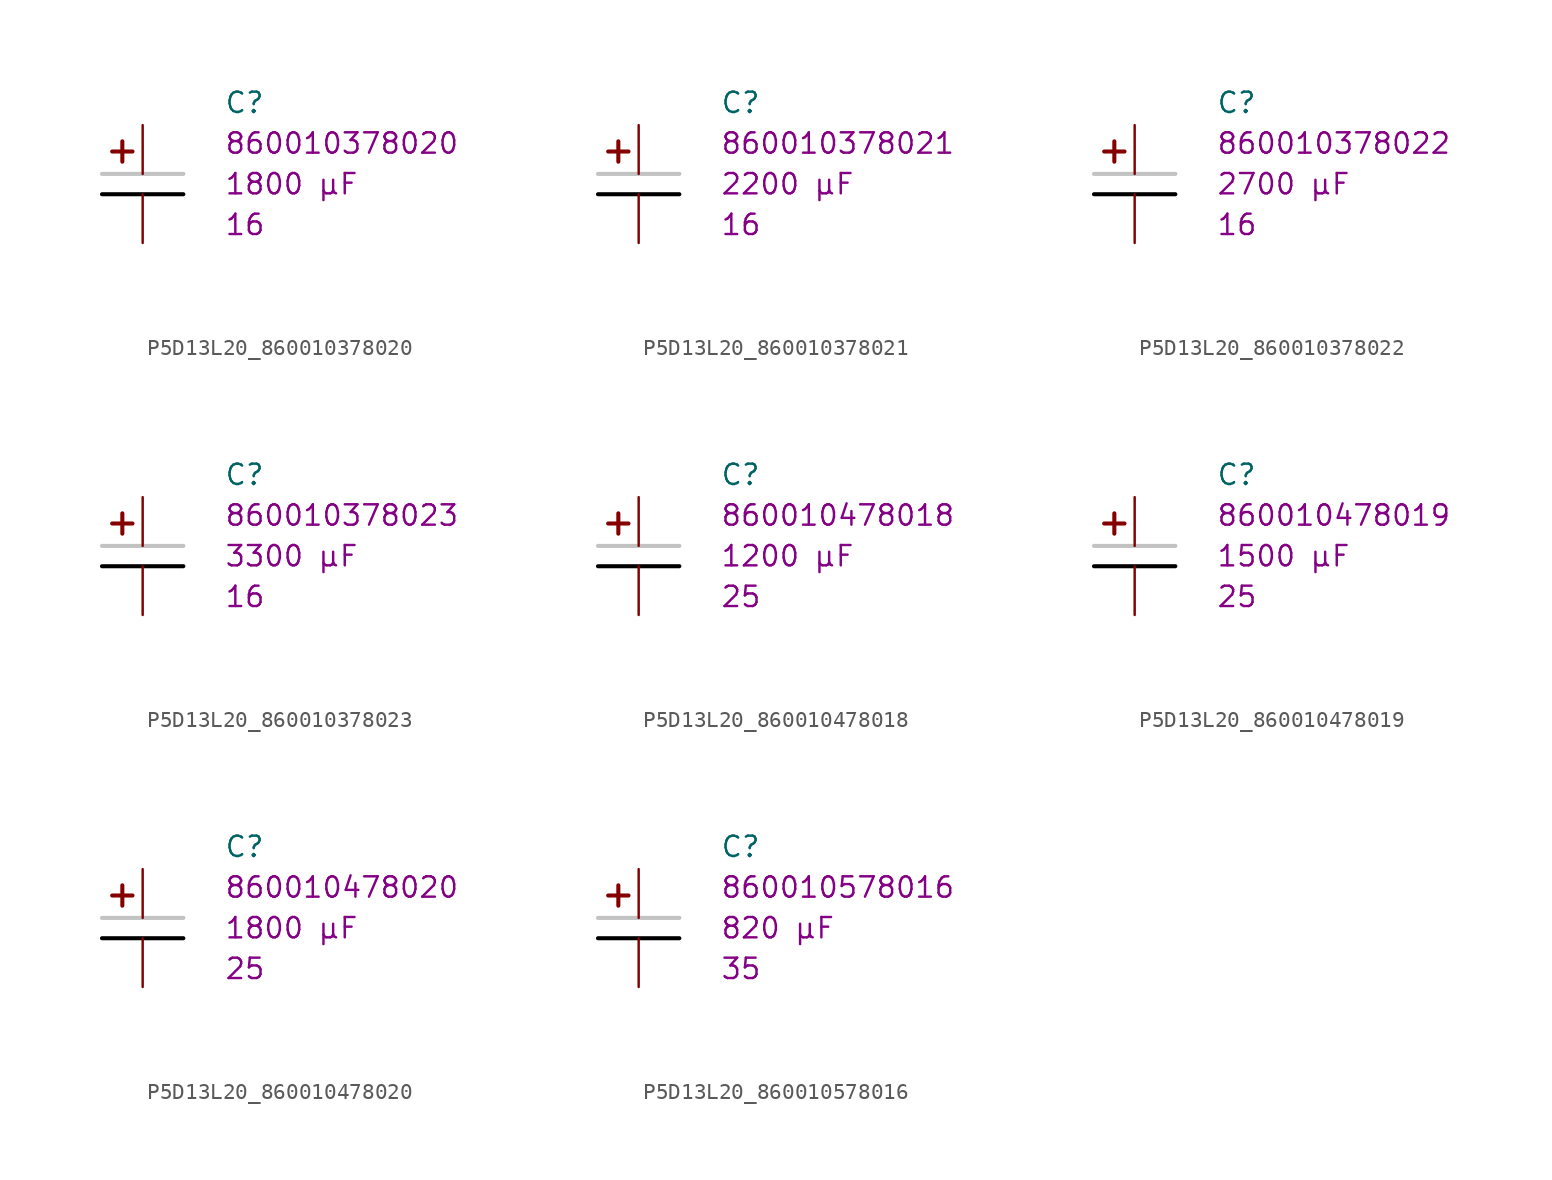
<source format=kicad_sym>
(kicad_symbol_lib
  (version 20220914)
  (generator kicad_symbol_editor)
  (symbol "P5D13L20_860010378020"
    (pin_numbers hide)
    (pin_names hide)
    (property "Reference" "C"
      (at 5.08 5.08 0)
      (effects (font (size 1.27 1.27)) (justify left)))
    (property "Part Number" "860010378020"
      (at 5.08 2.54 0)
      (effects (font (size 1.27 1.27)) (justify left)))
    (property "Capacitance" "1800 µF"
      (at 5.08 0 0)
      (effects (font (size 1.27 1.27)) (justify left)))
    (property "Voltage" "16"
      (at 5.08 -2.54 0)
      (effects (font (size 1.27 1.27)) (justify left)))
    (property "Critical Parameter" ""
      (at 0 -7.62 0)
      (effects (font (size 1.27 1.27))))
    (symbol "P5D13L20_860010378020_1_1"
      (polyline (pts (xy -1.27 2.667) (xy -1.27 1.397)) (stroke (width 0.254) (type default)) (fill (type none)))
      (polyline (pts (xy -0.635 2.032) (xy -1.905 2.032)) (stroke (width 0.254) (type default)) (fill (type none)))
      (polyline (pts (xy 2.54 -0.635) (xy -2.54 -0.635)) (stroke (width 0.254) (type default) (color 0 0 0 1)) (fill (type none)))
      (polyline (pts (xy 2.54 0.635) (xy -2.54 0.635)) (stroke (width 0.254) (type default) (color 194 194 194 1)) (fill (type none)))
      (pin passive line (at 0 3.679 270) (length 3.044) (name "1" (effects (font (size 1.27 1.27)))) (number "1" (effects (font (size 1.27 1.27)))))
      (pin passive line (at 0 -3.679 90) (length 3.044) (name "2" (effects (font (size 1.27 1.27)))) (number "2" (effects (font (size 1.27 1.27)))))))
  (symbol "P5D13L20_860010378021"
    (pin_numbers hide)
    (pin_names hide)
    (property "Reference" "C"
      (at 5.08 5.08 0)
      (effects (font (size 1.27 1.27)) (justify left)))
    (property "Part Number" "860010378021"
      (at 5.08 2.54 0)
      (effects (font (size 1.27 1.27)) (justify left)))
    (property "Capacitance" "2200 µF"
      (at 5.08 0 0)
      (effects (font (size 1.27 1.27)) (justify left)))
    (property "Voltage" "16"
      (at 5.08 -2.54 0)
      (effects (font (size 1.27 1.27)) (justify left)))
    (property "Critical Parameter" ""
      (at 0 -7.62 0)
      (effects (font (size 1.27 1.27))))
    (symbol "P5D13L20_860010378021_1_1"
      (polyline (pts (xy -1.27 2.667) (xy -1.27 1.397)) (stroke (width 0.254) (type default)) (fill (type none)))
      (polyline (pts (xy -0.635 2.032) (xy -1.905 2.032)) (stroke (width 0.254) (type default)) (fill (type none)))
      (polyline (pts (xy 2.54 -0.635) (xy -2.54 -0.635)) (stroke (width 0.254) (type default) (color 0 0 0 1)) (fill (type none)))
      (polyline (pts (xy 2.54 0.635) (xy -2.54 0.635)) (stroke (width 0.254) (type default) (color 194 194 194 1)) (fill (type none)))
      (pin passive line (at 0 3.679 270) (length 3.044) (name "1" (effects (font (size 1.27 1.27)))) (number "1" (effects (font (size 1.27 1.27)))))
      (pin passive line (at 0 -3.679 90) (length 3.044) (name "2" (effects (font (size 1.27 1.27)))) (number "2" (effects (font (size 1.27 1.27)))))))
  (symbol "P5D13L20_860010378022"
    (pin_numbers hide)
    (pin_names hide)
    (property "Reference" "C"
      (at 5.08 5.08 0)
      (effects (font (size 1.27 1.27)) (justify left)))
    (property "Part Number" "860010378022"
      (at 5.08 2.54 0)
      (effects (font (size 1.27 1.27)) (justify left)))
    (property "Capacitance" "2700 µF"
      (at 5.08 0 0)
      (effects (font (size 1.27 1.27)) (justify left)))
    (property "Voltage" "16"
      (at 5.08 -2.54 0)
      (effects (font (size 1.27 1.27)) (justify left)))
    (property "Critical Parameter" ""
      (at 0 -7.62 0)
      (effects (font (size 1.27 1.27))))
    (symbol "P5D13L20_860010378022_1_1"
      (polyline (pts (xy -1.27 2.667) (xy -1.27 1.397)) (stroke (width 0.254) (type default)) (fill (type none)))
      (polyline (pts (xy -0.635 2.032) (xy -1.905 2.032)) (stroke (width 0.254) (type default)) (fill (type none)))
      (polyline (pts (xy 2.54 -0.635) (xy -2.54 -0.635)) (stroke (width 0.254) (type default) (color 0 0 0 1)) (fill (type none)))
      (polyline (pts (xy 2.54 0.635) (xy -2.54 0.635)) (stroke (width 0.254) (type default) (color 194 194 194 1)) (fill (type none)))
      (pin passive line (at 0 3.679 270) (length 3.044) (name "1" (effects (font (size 1.27 1.27)))) (number "1" (effects (font (size 1.27 1.27)))))
      (pin passive line (at 0 -3.679 90) (length 3.044) (name "2" (effects (font (size 1.27 1.27)))) (number "2" (effects (font (size 1.27 1.27)))))))
  (symbol "P5D13L20_860010378023"
    (pin_numbers hide)
    (pin_names hide)
    (property "Reference" "C"
      (at 5.08 5.08 0)
      (effects (font (size 1.27 1.27)) (justify left)))
    (property "Part Number" "860010378023"
      (at 5.08 2.54 0)
      (effects (font (size 1.27 1.27)) (justify left)))
    (property "Capacitance" "3300 µF"
      (at 5.08 0 0)
      (effects (font (size 1.27 1.27)) (justify left)))
    (property "Voltage" "16"
      (at 5.08 -2.54 0)
      (effects (font (size 1.27 1.27)) (justify left)))
    (property "Critical Parameter" ""
      (at 0 -7.62 0)
      (effects (font (size 1.27 1.27))))
    (symbol "P5D13L20_860010378023_1_1"
      (polyline (pts (xy -1.27 2.667) (xy -1.27 1.397)) (stroke (width 0.254) (type default)) (fill (type none)))
      (polyline (pts (xy -0.635 2.032) (xy -1.905 2.032)) (stroke (width 0.254) (type default)) (fill (type none)))
      (polyline (pts (xy 2.54 -0.635) (xy -2.54 -0.635)) (stroke (width 0.254) (type default) (color 0 0 0 1)) (fill (type none)))
      (polyline (pts (xy 2.54 0.635) (xy -2.54 0.635)) (stroke (width 0.254) (type default) (color 194 194 194 1)) (fill (type none)))
      (pin passive line (at 0 3.679 270) (length 3.044) (name "1" (effects (font (size 1.27 1.27)))) (number "1" (effects (font (size 1.27 1.27)))))
      (pin passive line (at 0 -3.679 90) (length 3.044) (name "2" (effects (font (size 1.27 1.27)))) (number "2" (effects (font (size 1.27 1.27)))))))
  (symbol "P5D13L20_860010478018"
    (pin_numbers hide)
    (pin_names hide)
    (property "Reference" "C"
      (at 5.08 5.08 0)
      (effects (font (size 1.27 1.27)) (justify left)))
    (property "Part Number" "860010478018"
      (at 5.08 2.54 0)
      (effects (font (size 1.27 1.27)) (justify left)))
    (property "Capacitance" "1200 µF"
      (at 5.08 0 0)
      (effects (font (size 1.27 1.27)) (justify left)))
    (property "Voltage" "25"
      (at 5.08 -2.54 0)
      (effects (font (size 1.27 1.27)) (justify left)))
    (property "Critical Parameter" ""
      (at 0 -7.62 0)
      (effects (font (size 1.27 1.27))))
    (symbol "P5D13L20_860010478018_1_1"
      (polyline (pts (xy -1.27 2.667) (xy -1.27 1.397)) (stroke (width 0.254) (type default)) (fill (type none)))
      (polyline (pts (xy -0.635 2.032) (xy -1.905 2.032)) (stroke (width 0.254) (type default)) (fill (type none)))
      (polyline (pts (xy 2.54 -0.635) (xy -2.54 -0.635)) (stroke (width 0.254) (type default) (color 0 0 0 1)) (fill (type none)))
      (polyline (pts (xy 2.54 0.635) (xy -2.54 0.635)) (stroke (width 0.254) (type default) (color 194 194 194 1)) (fill (type none)))
      (pin passive line (at 0 3.679 270) (length 3.044) (name "1" (effects (font (size 1.27 1.27)))) (number "1" (effects (font (size 1.27 1.27)))))
      (pin passive line (at 0 -3.679 90) (length 3.044) (name "2" (effects (font (size 1.27 1.27)))) (number "2" (effects (font (size 1.27 1.27)))))))
  (symbol "P5D13L20_860010478019"
    (pin_numbers hide)
    (pin_names hide)
    (property "Reference" "C"
      (at 5.08 5.08 0)
      (effects (font (size 1.27 1.27)) (justify left)))
    (property "Part Number" "860010478019"
      (at 5.08 2.54 0)
      (effects (font (size 1.27 1.27)) (justify left)))
    (property "Capacitance" "1500 µF"
      (at 5.08 0 0)
      (effects (font (size 1.27 1.27)) (justify left)))
    (property "Voltage" "25"
      (at 5.08 -2.54 0)
      (effects (font (size 1.27 1.27)) (justify left)))
    (property "Critical Parameter" ""
      (at 0 -7.62 0)
      (effects (font (size 1.27 1.27))))
    (symbol "P5D13L20_860010478019_1_1"
      (polyline (pts (xy -1.27 2.667) (xy -1.27 1.397)) (stroke (width 0.254) (type default)) (fill (type none)))
      (polyline (pts (xy -0.635 2.032) (xy -1.905 2.032)) (stroke (width 0.254) (type default)) (fill (type none)))
      (polyline (pts (xy 2.54 -0.635) (xy -2.54 -0.635)) (stroke (width 0.254) (type default) (color 0 0 0 1)) (fill (type none)))
      (polyline (pts (xy 2.54 0.635) (xy -2.54 0.635)) (stroke (width 0.254) (type default) (color 194 194 194 1)) (fill (type none)))
      (pin passive line (at 0 3.679 270) (length 3.044) (name "1" (effects (font (size 1.27 1.27)))) (number "1" (effects (font (size 1.27 1.27)))))
      (pin passive line (at 0 -3.679 90) (length 3.044) (name "2" (effects (font (size 1.27 1.27)))) (number "2" (effects (font (size 1.27 1.27)))))))
  (symbol "P5D13L20_860010478020"
    (pin_numbers hide)
    (pin_names hide)
    (property "Reference" "C"
      (at 5.08 5.08 0)
      (effects (font (size 1.27 1.27)) (justify left)))
    (property "Part Number" "860010478020"
      (at 5.08 2.54 0)
      (effects (font (size 1.27 1.27)) (justify left)))
    (property "Capacitance" "1800 µF"
      (at 5.08 0 0)
      (effects (font (size 1.27 1.27)) (justify left)))
    (property "Voltage" "25"
      (at 5.08 -2.54 0)
      (effects (font (size 1.27 1.27)) (justify left)))
    (property "Critical Parameter" ""
      (at 0 -7.62 0)
      (effects (font (size 1.27 1.27))))
    (symbol "P5D13L20_860010478020_1_1"
      (polyline (pts (xy -1.27 2.667) (xy -1.27 1.397)) (stroke (width 0.254) (type default)) (fill (type none)))
      (polyline (pts (xy -0.635 2.032) (xy -1.905 2.032)) (stroke (width 0.254) (type default)) (fill (type none)))
      (polyline (pts (xy 2.54 -0.635) (xy -2.54 -0.635)) (stroke (width 0.254) (type default) (color 0 0 0 1)) (fill (type none)))
      (polyline (pts (xy 2.54 0.635) (xy -2.54 0.635)) (stroke (width 0.254) (type default) (color 194 194 194 1)) (fill (type none)))
      (pin passive line (at 0 3.679 270) (length 3.044) (name "1" (effects (font (size 1.27 1.27)))) (number "1" (effects (font (size 1.27 1.27)))))
      (pin passive line (at 0 -3.679 90) (length 3.044) (name "2" (effects (font (size 1.27 1.27)))) (number "2" (effects (font (size 1.27 1.27)))))))
  (symbol "P5D13L20_860010578016"
    (pin_numbers hide)
    (pin_names hide)
    (property "Reference" "C"
      (at 5.08 5.08 0)
      (effects (font (size 1.27 1.27)) (justify left)))
    (property "Part Number" "860010578016"
      (at 5.08 2.54 0)
      (effects (font (size 1.27 1.27)) (justify left)))
    (property "Capacitance" "820 µF"
      (at 5.08 0 0)
      (effects (font (size 1.27 1.27)) (justify left)))
    (property "Voltage" "35"
      (at 5.08 -2.54 0)
      (effects (font (size 1.27 1.27)) (justify left)))
    (property "Critical Parameter" ""
      (at 0 -7.62 0)
      (effects (font (size 1.27 1.27))))
    (symbol "P5D13L20_860010578016_1_1"
      (polyline (pts (xy -1.27 2.667) (xy -1.27 1.397)) (stroke (width 0.254) (type default)) (fill (type none)))
      (polyline (pts (xy -0.635 2.032) (xy -1.905 2.032)) (stroke (width 0.254) (type default)) (fill (type none)))
      (polyline (pts (xy 2.54 -0.635) (xy -2.54 -0.635)) (stroke (width 0.254) (type default) (color 0 0 0 1)) (fill (type none)))
      (polyline (pts (xy 2.54 0.635) (xy -2.54 0.635)) (stroke (width 0.254) (type default) (color 194 194 194 1)) (fill (type none)))
      (pin passive line (at 0 3.679 270) (length 3.044) (name "1" (effects (font (size 1.27 1.27)))) (number "1" (effects (font (size 1.27 1.27)))))
      (pin passive line (at 0 -3.679 90) (length 3.044) (name "2" (effects (font (size 1.27 1.27)))) (number "2" (effects (font (size 1.27 1.27))))))))
</source>
